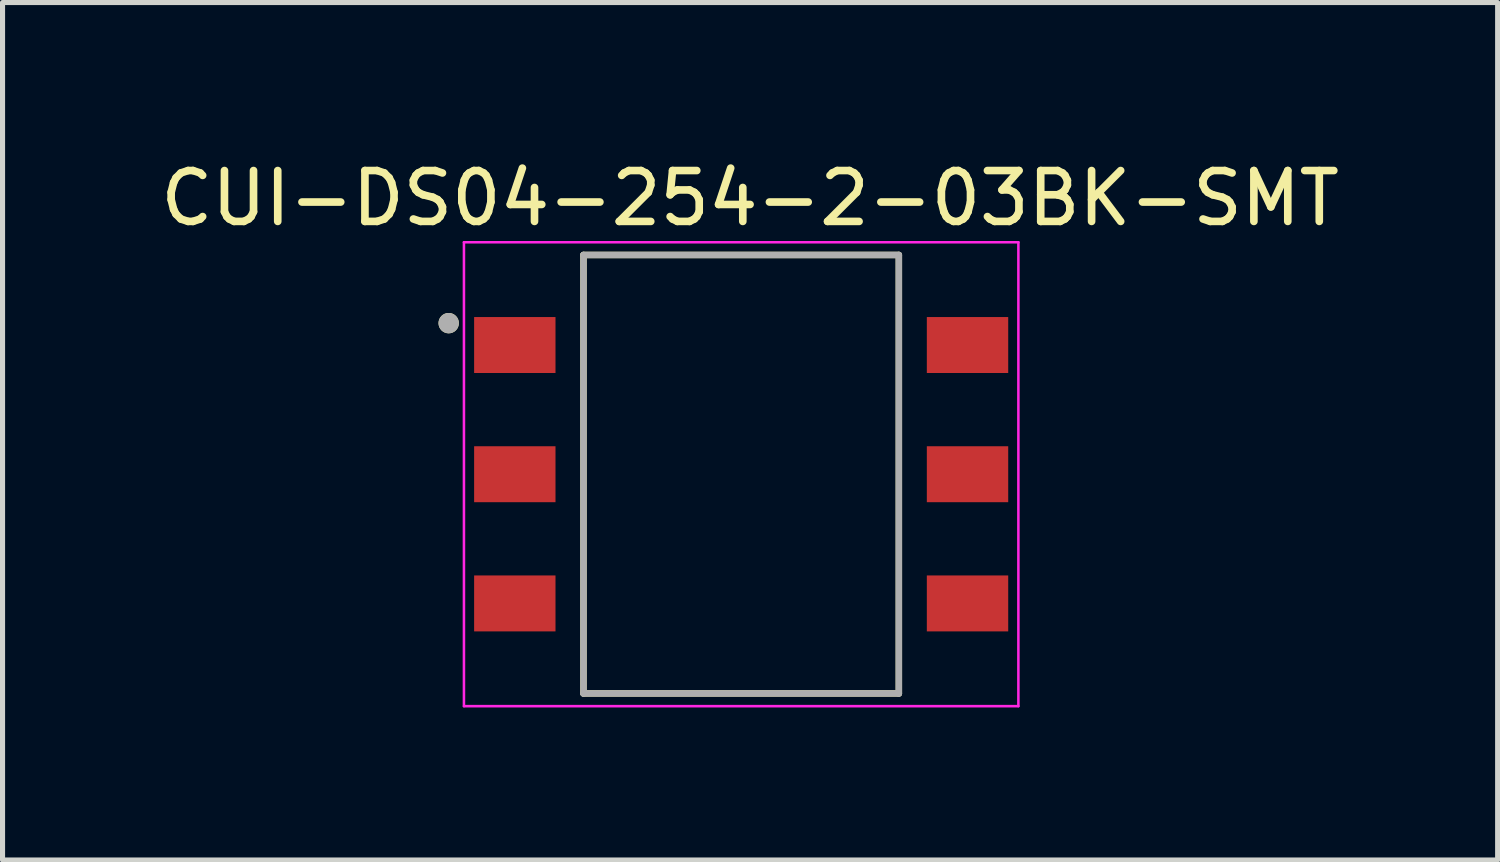
<source format=kicad_pcb>
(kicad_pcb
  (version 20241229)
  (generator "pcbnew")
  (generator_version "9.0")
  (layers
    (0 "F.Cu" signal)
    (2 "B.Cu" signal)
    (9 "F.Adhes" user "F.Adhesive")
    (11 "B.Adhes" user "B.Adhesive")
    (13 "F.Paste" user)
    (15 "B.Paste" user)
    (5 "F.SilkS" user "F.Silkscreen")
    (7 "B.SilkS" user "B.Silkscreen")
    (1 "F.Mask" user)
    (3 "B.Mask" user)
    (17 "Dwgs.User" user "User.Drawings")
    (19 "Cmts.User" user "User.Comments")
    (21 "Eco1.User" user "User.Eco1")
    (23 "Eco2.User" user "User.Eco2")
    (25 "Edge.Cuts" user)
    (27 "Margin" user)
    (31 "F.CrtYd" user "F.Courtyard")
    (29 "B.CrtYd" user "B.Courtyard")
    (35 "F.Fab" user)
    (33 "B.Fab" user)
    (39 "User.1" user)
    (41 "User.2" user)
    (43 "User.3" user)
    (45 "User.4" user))
  (footprint "CUI-DS04-254-2-03BK-SMT"
    (layer "F.Cu")
    (at 11.521 6.273)
    (property "Reference" "CUI-DS04-254-2-03BK-SMT" (at 0.175 -5.425 0) (layer "F.SilkS") (effects (font (size 1 1) (thickness 0.15))))
    (attr smd)
    (fp_line (start -3.1 -4.31) (end 3.1 -4.31) (stroke (width 0.127) (type solid)) (layer "F.SilkS"))
    (fp_line (start -3.1 4.31) (end -3.1 -4.31) (stroke (width 0.127) (type solid)) (layer "F.SilkS"))
    (fp_line (start 3.1 -4.31) (end 3.1 4.31) (stroke (width 0.127) (type solid)) (layer "F.SilkS"))
    (fp_line (start 3.1 4.31) (end -3.1 4.31) (stroke (width 0.127) (type solid)) (layer "F.SilkS"))
    (fp_circle (center -5.75 -2.97) (end -5.65 -2.97) (stroke (width 0.2) (type solid)) (fill no) (layer "F.SilkS"))
    (fp_line (start -5.45 -4.56) (end -5.45 4.56) (stroke (width 0.05) (type solid)) (layer "F.CrtYd"))
    (fp_line (start -5.45 4.56) (end 5.45 4.56) (stroke (width 0.05) (type solid)) (layer "F.CrtYd"))
    (fp_line (start 5.45 -4.56) (end -5.45 -4.56) (stroke (width 0.05) (type solid)) (layer "F.CrtYd"))
    (fp_line (start 5.45 4.56) (end 5.45 -4.56) (stroke (width 0.05) (type solid)) (layer "F.CrtYd"))
    (fp_line (start -3.1 -4.31) (end 3.1 -4.31) (stroke (width 0.127) (type solid)) (layer "F.Fab"))
    (fp_line (start -3.1 4.31) (end -3.1 -4.31) (stroke (width 0.127) (type solid)) (layer "F.Fab"))
    (fp_line (start 3.1 -4.31) (end 3.1 4.31) (stroke (width 0.127) (type solid)) (layer "F.Fab"))
    (fp_line (start 3.1 4.31) (end -3.1 4.31) (stroke (width 0.127) (type solid)) (layer "F.Fab"))
    (fp_circle (center -5.75 -2.97) (end -5.65 -2.97) (stroke (width 0.2) (type solid)) (fill no) (layer "F.Fab"))
    (pad "1" smd rect (at -4.45 -2.54) (size 1.6 1.1) (layers "F.Cu" "F.Mask" "F.Paste"))
    (pad "2" smd rect (at -4.45 0) (size 1.6 1.1) (layers "F.Cu" "F.Mask" "F.Paste"))
    (pad "3" smd rect (at -4.45 2.54) (size 1.6 1.1) (layers "F.Cu" "F.Mask" "F.Paste"))
    (pad "4" smd rect (at 4.45 2.54 180) (size 1.6 1.1) (layers "F.Cu" "F.Mask" "F.Paste"))
    (pad "5" smd rect (at 4.45 0 180) (size 1.6 1.1) (layers "F.Cu" "F.Mask" "F.Paste"))
    (pad "6" smd rect (at 4.45 -2.54 180) (size 1.6 1.1) (layers "F.Cu" "F.Mask" "F.Paste")))
  (gr_rect
    (start -3 -3)
    (end 26.393 13.858)
    (stroke (width 0.1) (type default))
    (fill no)
    (layer "Edge.Cuts")))
</source>
